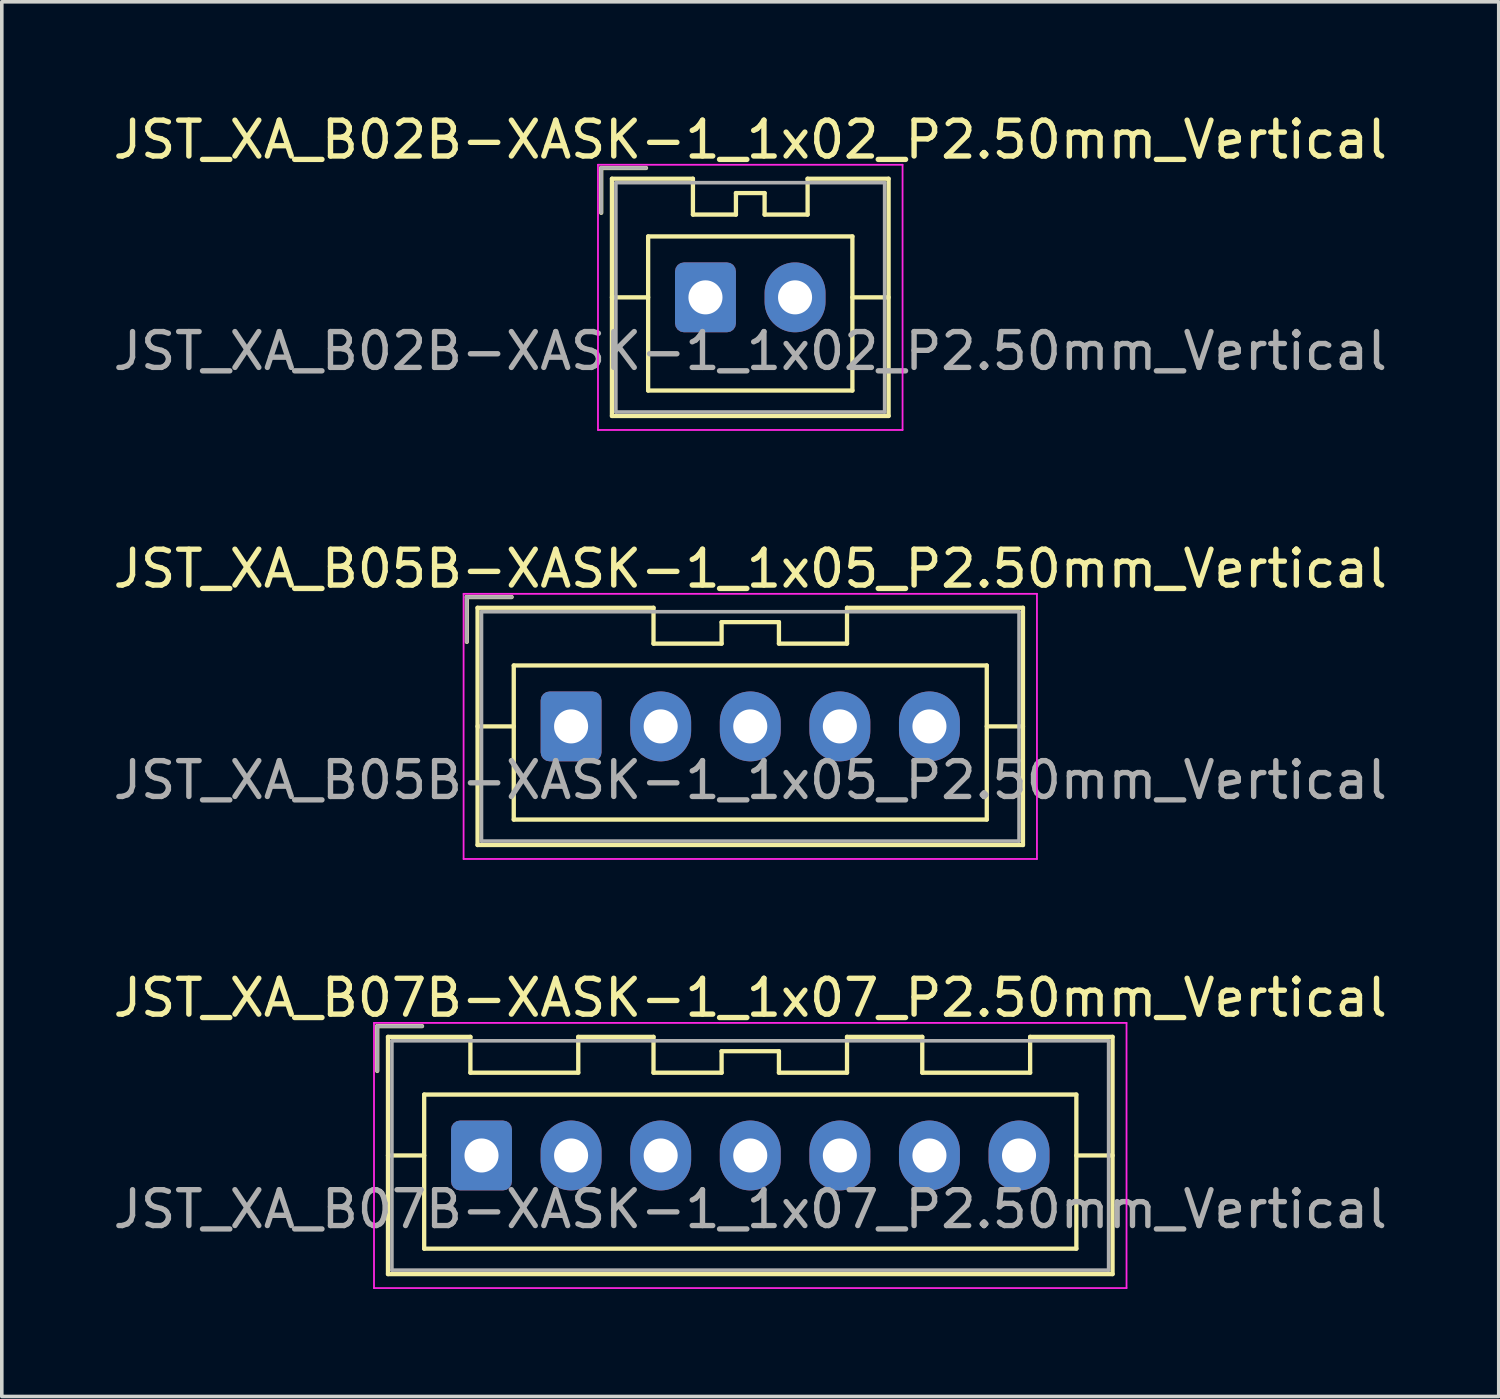
<source format=kicad_pcb>
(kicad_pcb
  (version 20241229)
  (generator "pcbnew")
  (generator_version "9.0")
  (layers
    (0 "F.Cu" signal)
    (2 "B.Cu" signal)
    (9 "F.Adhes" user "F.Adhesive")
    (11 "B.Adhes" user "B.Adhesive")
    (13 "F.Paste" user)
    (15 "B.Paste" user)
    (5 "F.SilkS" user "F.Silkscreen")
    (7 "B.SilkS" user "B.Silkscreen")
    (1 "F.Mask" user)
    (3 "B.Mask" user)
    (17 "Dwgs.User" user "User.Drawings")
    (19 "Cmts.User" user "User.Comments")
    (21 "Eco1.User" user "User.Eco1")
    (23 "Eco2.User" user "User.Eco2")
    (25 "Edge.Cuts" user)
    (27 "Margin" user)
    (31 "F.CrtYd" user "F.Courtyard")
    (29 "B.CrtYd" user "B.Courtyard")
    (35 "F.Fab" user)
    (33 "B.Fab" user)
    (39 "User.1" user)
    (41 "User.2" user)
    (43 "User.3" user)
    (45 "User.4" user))
  (footprint "JST_XA_B02B-XASK-1_1x02_P2.50mm_Vertical"
    (layer "F.Cu")
    (at 16.637 5.248)
    (property "Reference" "JST_XA_B02B-XASK-1_1x02_P2.50mm_Vertical" (at 1.25 -4.4 0) (layer "F.SilkS") (effects (font (size 1 1) (thickness 0.15))))
    (attr through_hole)
    (fp_line (start -2.91 -3.61) (end -2.91 -2.36) (stroke (width 0.12) (type solid)) (layer "F.SilkS"))
    (fp_line (start -2.61 -3.31) (end -2.61 3.31) (stroke (width 0.12) (type solid)) (layer "F.SilkS"))
    (fp_line (start -2.61 0) (end -1.6 0) (stroke (width 0.12) (type solid)) (layer "F.SilkS"))
    (fp_line (start -2.61 3.31) (end 5.11 3.31) (stroke (width 0.12) (type solid)) (layer "F.SilkS"))
    (fp_line (start -1.66 -3.61) (end -2.91 -3.61) (stroke (width 0.12) (type solid)) (layer "F.SilkS"))
    (fp_line (start -1.6 -1.7) (end -1.6 2.6) (stroke (width 0.12) (type solid)) (layer "F.SilkS"))
    (fp_line (start -1.6 2.6) (end 4.1 2.6) (stroke (width 0.12) (type solid)) (layer "F.SilkS"))
    (fp_line (start -0.35 -3.31) (end -2.61 -3.31) (stroke (width 0.12) (type solid)) (layer "F.SilkS"))
    (fp_line (start -0.35 -2.31) (end -0.35 -3.31) (stroke (width 0.12) (type solid)) (layer "F.SilkS"))
    (fp_line (start 0.85 -2.91) (end 0.85 -2.31) (stroke (width 0.12) (type solid)) (layer "F.SilkS"))
    (fp_line (start 0.85 -2.31) (end -0.35 -2.31) (stroke (width 0.12) (type solid)) (layer "F.SilkS"))
    (fp_line (start 1.65 -2.91) (end 0.85 -2.91) (stroke (width 0.12) (type solid)) (layer "F.SilkS"))
    (fp_line (start 1.65 -2.31) (end 1.65 -2.91) (stroke (width 0.12) (type solid)) (layer "F.SilkS"))
    (fp_line (start 2.85 -3.31) (end 2.85 -2.31) (stroke (width 0.12) (type solid)) (layer "F.SilkS"))
    (fp_line (start 2.85 -2.31) (end 1.65 -2.31) (stroke (width 0.12) (type solid)) (layer "F.SilkS"))
    (fp_line (start 4.1 -1.7) (end -1.6 -1.7) (stroke (width 0.12) (type solid)) (layer "F.SilkS"))
    (fp_line (start 4.1 2.6) (end 4.1 -1.7) (stroke (width 0.12) (type solid)) (layer "F.SilkS"))
    (fp_line (start 5.11 -3.31) (end 2.85 -3.31) (stroke (width 0.12) (type solid)) (layer "F.SilkS"))
    (fp_line (start 5.11 0) (end 4.1 0) (stroke (width 0.12) (type solid)) (layer "F.SilkS"))
    (fp_line (start 5.11 3.31) (end 5.11 -3.31) (stroke (width 0.12) (type solid)) (layer "F.SilkS"))
    (fp_line (start -3 -3.7) (end -3 3.7) (stroke (width 0.05) (type solid)) (layer "F.CrtYd"))
    (fp_line (start -3 3.7) (end 5.5 3.7) (stroke (width 0.05) (type solid)) (layer "F.CrtYd"))
    (fp_line (start 5.5 -3.7) (end -3 -3.7) (stroke (width 0.05) (type solid)) (layer "F.CrtYd"))
    (fp_line (start 5.5 3.7) (end 5.5 -3.7) (stroke (width 0.05) (type solid)) (layer "F.CrtYd"))
    (fp_line (start -2.91 -3.61) (end -2.91 -2.36) (stroke (width 0.1) (type solid)) (layer "F.Fab"))
    (fp_line (start -2.5 -3.2) (end -2.5 3.2) (stroke (width 0.1) (type solid)) (layer "F.Fab"))
    (fp_line (start -2.5 3.2) (end 5 3.2) (stroke (width 0.1) (type solid)) (layer "F.Fab"))
    (fp_line (start -1.66 -3.61) (end -2.91 -3.61) (stroke (width 0.1) (type solid)) (layer "F.Fab"))
    (fp_line (start 5 -3.2) (end -2.5 -3.2) (stroke (width 0.1) (type solid)) (layer "F.Fab"))
    (fp_line (start 5 3.2) (end 5 -3.2) (stroke (width 0.1) (type solid)) (layer "F.Fab"))
    (fp_text user "${REFERENCE}" (at 1.25 1.5 0) (layer "F.Fab") (effects (font (size 1 1) (thickness 0.15))))
    (pad "1" thru_hole roundrect (at 0 0) (size 1.7 1.95) (drill 0.95) (layers "*.Cu" "*.Mask") (roundrect_rratio 0.147))
    (pad "2" thru_hole oval (at 2.5 0) (size 1.7 1.95) (drill 0.95) (layers "*.Cu" "*.Mask")))
  (footprint "JST_XA_B05B-XASK-1_1x05_P2.50mm_Vertical"
    (layer "F.Cu")
    (at 12.887 17.221)
    (property "Reference" "JST_XA_B05B-XASK-1_1x05_P2.50mm_Vertical" (at 5 -4.4 0) (layer "F.SilkS") (effects (font (size 1 1) (thickness 0.15))))
    (attr through_hole)
    (fp_line (start -2.91 -3.61) (end -2.91 -2.36) (stroke (width 0.12) (type solid)) (layer "F.SilkS"))
    (fp_line (start -2.61 -3.31) (end -2.61 3.31) (stroke (width 0.12) (type solid)) (layer "F.SilkS"))
    (fp_line (start -2.61 0) (end -1.6 0) (stroke (width 0.12) (type solid)) (layer "F.SilkS"))
    (fp_line (start -2.61 3.31) (end 12.61 3.31) (stroke (width 0.12) (type solid)) (layer "F.SilkS"))
    (fp_line (start -1.66 -3.61) (end -2.91 -3.61) (stroke (width 0.12) (type solid)) (layer "F.SilkS"))
    (fp_line (start -1.6 -1.7) (end -1.6 2.6) (stroke (width 0.12) (type solid)) (layer "F.SilkS"))
    (fp_line (start -1.6 2.6) (end 11.6 2.6) (stroke (width 0.12) (type solid)) (layer "F.SilkS"))
    (fp_line (start 2.3 -3.31) (end -2.61 -3.31) (stroke (width 0.12) (type solid)) (layer "F.SilkS"))
    (fp_line (start 2.3 -2.31) (end 2.3 -3.31) (stroke (width 0.12) (type solid)) (layer "F.SilkS"))
    (fp_line (start 4.2 -2.91) (end 4.2 -2.31) (stroke (width 0.12) (type solid)) (layer "F.SilkS"))
    (fp_line (start 4.2 -2.31) (end 2.3 -2.31) (stroke (width 0.12) (type solid)) (layer "F.SilkS"))
    (fp_line (start 5.8 -2.91) (end 4.2 -2.91) (stroke (width 0.12) (type solid)) (layer "F.SilkS"))
    (fp_line (start 5.8 -2.31) (end 5.8 -2.91) (stroke (width 0.12) (type solid)) (layer "F.SilkS"))
    (fp_line (start 7.7 -3.31) (end 7.7 -2.31) (stroke (width 0.12) (type solid)) (layer "F.SilkS"))
    (fp_line (start 7.7 -2.31) (end 5.8 -2.31) (stroke (width 0.12) (type solid)) (layer "F.SilkS"))
    (fp_line (start 11.6 -1.7) (end -1.6 -1.7) (stroke (width 0.12) (type solid)) (layer "F.SilkS"))
    (fp_line (start 11.6 2.6) (end 11.6 -1.7) (stroke (width 0.12) (type solid)) (layer "F.SilkS"))
    (fp_line (start 12.61 -3.31) (end 7.7 -3.31) (stroke (width 0.12) (type solid)) (layer "F.SilkS"))
    (fp_line (start 12.61 0) (end 11.6 0) (stroke (width 0.12) (type solid)) (layer "F.SilkS"))
    (fp_line (start 12.61 3.31) (end 12.61 -3.31) (stroke (width 0.12) (type solid)) (layer "F.SilkS"))
    (fp_line (start -3 -3.7) (end -3 3.7) (stroke (width 0.05) (type solid)) (layer "F.CrtYd"))
    (fp_line (start -3 3.7) (end 13 3.7) (stroke (width 0.05) (type solid)) (layer "F.CrtYd"))
    (fp_line (start 13 -3.7) (end -3 -3.7) (stroke (width 0.05) (type solid)) (layer "F.CrtYd"))
    (fp_line (start 13 3.7) (end 13 -3.7) (stroke (width 0.05) (type solid)) (layer "F.CrtYd"))
    (fp_line (start -2.91 -3.61) (end -2.91 -2.36) (stroke (width 0.1) (type solid)) (layer "F.Fab"))
    (fp_line (start -2.5 -3.2) (end -2.5 3.2) (stroke (width 0.1) (type solid)) (layer "F.Fab"))
    (fp_line (start -2.5 3.2) (end 12.5 3.2) (stroke (width 0.1) (type solid)) (layer "F.Fab"))
    (fp_line (start -1.66 -3.61) (end -2.91 -3.61) (stroke (width 0.1) (type solid)) (layer "F.Fab"))
    (fp_line (start 12.5 -3.2) (end -2.5 -3.2) (stroke (width 0.1) (type solid)) (layer "F.Fab"))
    (fp_line (start 12.5 3.2) (end 12.5 -3.2) (stroke (width 0.1) (type solid)) (layer "F.Fab"))
    (fp_text user "${REFERENCE}" (at 5 1.5 0) (layer "F.Fab") (effects (font (size 1 1) (thickness 0.15))))
    (pad "1" thru_hole roundrect (at 0 0) (size 1.7 1.95) (drill 0.95) (layers "*.Cu" "*.Mask") (roundrect_rratio 0.147))
    (pad "2" thru_hole oval (at 2.5 0) (size 1.7 1.95) (drill 0.95) (layers "*.Cu" "*.Mask"))
    (pad "3" thru_hole oval (at 5 0) (size 1.7 1.95) (drill 0.95) (layers "*.Cu" "*.Mask"))
    (pad "4" thru_hole oval (at 7.5 0) (size 1.7 1.95) (drill 0.95) (layers "*.Cu" "*.Mask"))
    (pad "5" thru_hole oval (at 10 0) (size 1.7 1.95) (drill 0.95) (layers "*.Cu" "*.Mask")))
  (footprint "JST_XA_B07B-XASK-1_1x07_P2.50mm_Vertical"
    (layer "F.Cu")
    (at 10.387 29.195)
    (property "Reference" "JST_XA_B07B-XASK-1_1x07_P2.50mm_Vertical" (at 7.5 -4.4 0) (layer "F.SilkS") (effects (font (size 1 1) (thickness 0.15))))
    (attr through_hole)
    (fp_line (start -2.91 -3.61) (end -2.91 -2.36) (stroke (width 0.12) (type solid)) (layer "F.SilkS"))
    (fp_line (start -2.61 -3.31) (end -2.61 3.31) (stroke (width 0.12) (type solid)) (layer "F.SilkS"))
    (fp_line (start -2.61 0) (end -1.6 0) (stroke (width 0.12) (type solid)) (layer "F.SilkS"))
    (fp_line (start -2.61 3.31) (end 17.61 3.31) (stroke (width 0.12) (type solid)) (layer "F.SilkS"))
    (fp_line (start -1.66 -3.61) (end -2.91 -3.61) (stroke (width 0.12) (type solid)) (layer "F.SilkS"))
    (fp_line (start -1.6 -1.7) (end -1.6 2.6) (stroke (width 0.12) (type solid)) (layer "F.SilkS"))
    (fp_line (start -1.6 2.6) (end 16.6 2.6) (stroke (width 0.12) (type solid)) (layer "F.SilkS"))
    (fp_line (start -0.31 -3.31) (end -2.61 -3.31) (stroke (width 0.12) (type solid)) (layer "F.SilkS"))
    (fp_line (start -0.31 -2.31) (end -0.31 -3.31) (stroke (width 0.12) (type solid)) (layer "F.SilkS"))
    (fp_line (start 2.7 -3.31) (end 2.7 -2.31) (stroke (width 0.12) (type solid)) (layer "F.SilkS"))
    (fp_line (start 2.7 -2.31) (end -0.31 -2.31) (stroke (width 0.12) (type solid)) (layer "F.SilkS"))
    (fp_line (start 4.8 -3.31) (end 2.7 -3.31) (stroke (width 0.12) (type solid)) (layer "F.SilkS"))
    (fp_line (start 4.8 -2.31) (end 4.8 -3.31) (stroke (width 0.12) (type solid)) (layer "F.SilkS"))
    (fp_line (start 6.7 -2.91) (end 6.7 -2.31) (stroke (width 0.12) (type solid)) (layer "F.SilkS"))
    (fp_line (start 6.7 -2.31) (end 4.8 -2.31) (stroke (width 0.12) (type solid)) (layer "F.SilkS"))
    (fp_line (start 8.3 -2.91) (end 6.7 -2.91) (stroke (width 0.12) (type solid)) (layer "F.SilkS"))
    (fp_line (start 8.3 -2.31) (end 8.3 -2.91) (stroke (width 0.12) (type solid)) (layer "F.SilkS"))
    (fp_line (start 10.2 -3.31) (end 10.2 -2.31) (stroke (width 0.12) (type solid)) (layer "F.SilkS"))
    (fp_line (start 10.2 -2.31) (end 8.3 -2.31) (stroke (width 0.12) (type solid)) (layer "F.SilkS"))
    (fp_line (start 12.3 -3.31) (end 10.2 -3.31) (stroke (width 0.12) (type solid)) (layer "F.SilkS"))
    (fp_line (start 12.3 -2.31) (end 12.3 -3.31) (stroke (width 0.12) (type solid)) (layer "F.SilkS"))
    (fp_line (start 15.31 -3.31) (end 15.31 -2.31) (stroke (width 0.12) (type solid)) (layer "F.SilkS"))
    (fp_line (start 15.31 -2.31) (end 12.3 -2.31) (stroke (width 0.12) (type solid)) (layer "F.SilkS"))
    (fp_line (start 16.6 -1.7) (end -1.6 -1.7) (stroke (width 0.12) (type solid)) (layer "F.SilkS"))
    (fp_line (start 16.6 2.6) (end 16.6 -1.7) (stroke (width 0.12) (type solid)) (layer "F.SilkS"))
    (fp_line (start 17.61 -3.31) (end 15.31 -3.31) (stroke (width 0.12) (type solid)) (layer "F.SilkS"))
    (fp_line (start 17.61 0) (end 16.6 0) (stroke (width 0.12) (type solid)) (layer "F.SilkS"))
    (fp_line (start 17.61 3.31) (end 17.61 -3.31) (stroke (width 0.12) (type solid)) (layer "F.SilkS"))
    (fp_line (start -3 -3.7) (end -3 3.7) (stroke (width 0.05) (type solid)) (layer "F.CrtYd"))
    (fp_line (start -3 3.7) (end 18 3.7) (stroke (width 0.05) (type solid)) (layer "F.CrtYd"))
    (fp_line (start 18 -3.7) (end -3 -3.7) (stroke (width 0.05) (type solid)) (layer "F.CrtYd"))
    (fp_line (start 18 3.7) (end 18 -3.7) (stroke (width 0.05) (type solid)) (layer "F.CrtYd"))
    (fp_line (start -2.91 -3.61) (end -2.91 -2.36) (stroke (width 0.1) (type solid)) (layer "F.Fab"))
    (fp_line (start -2.5 -3.2) (end -2.5 3.2) (stroke (width 0.1) (type solid)) (layer "F.Fab"))
    (fp_line (start -2.5 3.2) (end 17.5 3.2) (stroke (width 0.1) (type solid)) (layer "F.Fab"))
    (fp_line (start -1.66 -3.61) (end -2.91 -3.61) (stroke (width 0.1) (type solid)) (layer "F.Fab"))
    (fp_line (start 17.5 -3.2) (end -2.5 -3.2) (stroke (width 0.1) (type solid)) (layer "F.Fab"))
    (fp_line (start 17.5 3.2) (end 17.5 -3.2) (stroke (width 0.1) (type solid)) (layer "F.Fab"))
    (fp_text user "${REFERENCE}" (at 7.5 1.5 0) (layer "F.Fab") (effects (font (size 1 1) (thickness 0.15))))
    (pad "1" thru_hole roundrect (at 0 0) (size 1.7 1.95) (drill 0.95) (layers "*.Cu" "*.Mask") (roundrect_rratio 0.147))
    (pad "2" thru_hole oval (at 2.5 0) (size 1.7 1.95) (drill 0.95) (layers "*.Cu" "*.Mask"))
    (pad "3" thru_hole oval (at 5 0) (size 1.7 1.95) (drill 0.95) (layers "*.Cu" "*.Mask"))
    (pad "4" thru_hole oval (at 7.5 0) (size 1.7 1.95) (drill 0.95) (layers "*.Cu" "*.Mask"))
    (pad "5" thru_hole oval (at 10 0) (size 1.7 1.95) (drill 0.95) (layers "*.Cu" "*.Mask"))
    (pad "6" thru_hole oval (at 12.5 0) (size 1.7 1.95) (drill 0.95) (layers "*.Cu" "*.Mask"))
    (pad "7" thru_hole oval (at 15 0) (size 1.7 1.95) (drill 0.95) (layers "*.Cu" "*.Mask")))
  (gr_rect
    (start -3 -3)
    (end 38.774 35.92)
    (stroke (width 0.1) (type default))
    (fill no)
    (layer "Edge.Cuts")))
</source>
